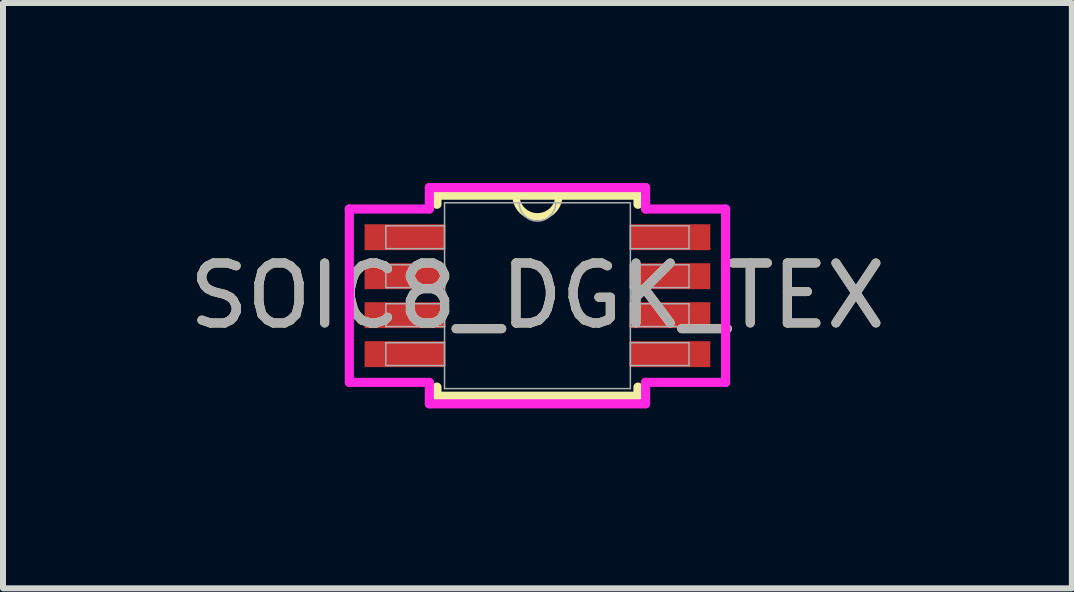
<source format=kicad_pcb>
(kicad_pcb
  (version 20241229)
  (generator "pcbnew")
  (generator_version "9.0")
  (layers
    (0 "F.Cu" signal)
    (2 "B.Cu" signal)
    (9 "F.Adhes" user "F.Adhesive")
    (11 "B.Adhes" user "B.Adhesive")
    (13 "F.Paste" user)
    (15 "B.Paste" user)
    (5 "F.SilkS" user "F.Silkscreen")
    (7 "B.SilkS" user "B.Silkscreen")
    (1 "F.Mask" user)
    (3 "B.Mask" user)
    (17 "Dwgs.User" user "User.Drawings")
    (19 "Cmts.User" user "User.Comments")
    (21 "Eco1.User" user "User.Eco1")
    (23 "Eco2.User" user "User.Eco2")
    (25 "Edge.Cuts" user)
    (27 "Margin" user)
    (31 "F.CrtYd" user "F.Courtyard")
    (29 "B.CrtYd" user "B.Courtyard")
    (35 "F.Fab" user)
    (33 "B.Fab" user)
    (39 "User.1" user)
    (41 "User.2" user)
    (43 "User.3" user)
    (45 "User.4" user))
  (footprint "SOIC8_DGK_TEX"
    (layer "F.Cu")
    (at 5.911 1.88)
    (property "Reference" "SOIC8_DGK_TEX" (at 0 0 0) (unlocked yes) (layer "F.SilkS") (effects (font (size 1 1) (thickness 0.15))))
    (attr smd)
    (fp_line (start -1.676 -1.676) (end -1.676 -1.524) (stroke (width 0.152) (type solid)) (layer "F.SilkS"))
    (fp_line (start -1.676 1.524) (end -1.676 1.676) (stroke (width 0.152) (type solid)) (layer "F.SilkS"))
    (fp_line (start -1.676 1.676) (end 1.676 1.676) (stroke (width 0.152) (type solid)) (layer "F.SilkS"))
    (fp_line (start 1.676 -1.676) (end -1.676 -1.676) (stroke (width 0.152) (type solid)) (layer "F.SilkS"))
    (fp_line (start 1.676 -1.524) (end 1.676 -1.676) (stroke (width 0.152) (type solid)) (layer "F.SilkS"))
    (fp_line (start 1.676 1.676) (end 1.676 1.524) (stroke (width 0.152) (type solid)) (layer "F.SilkS"))
    (fp_arc (start 0.359999 -1.68) (mid -0.005192 -1.31642) (end -0.359745 -1.69038) (stroke (width 0.12) (type default)) (layer "F.SilkS"))
    (fp_line (start -3.137 -1.445) (end -1.803 -1.445) (stroke (width 0.152) (type solid)) (layer "F.CrtYd"))
    (fp_line (start -3.137 1.445) (end -3.137 -1.445) (stroke (width 0.152) (type solid)) (layer "F.CrtYd"))
    (fp_line (start -3.137 1.445) (end -1.803 1.445) (stroke (width 0.152) (type solid)) (layer "F.CrtYd"))
    (fp_line (start -1.803 -1.803) (end 1.803 -1.803) (stroke (width 0.152) (type solid)) (layer "F.CrtYd"))
    (fp_line (start -1.803 -1.445) (end -1.803 -1.803) (stroke (width 0.152) (type solid)) (layer "F.CrtYd"))
    (fp_line (start -1.803 1.803) (end -1.803 1.445) (stroke (width 0.152) (type solid)) (layer "F.CrtYd"))
    (fp_line (start 1.803 -1.803) (end 1.803 -1.445) (stroke (width 0.152) (type solid)) (layer "F.CrtYd"))
    (fp_line (start 1.803 1.445) (end 1.803 1.803) (stroke (width 0.152) (type solid)) (layer "F.CrtYd"))
    (fp_line (start 1.803 1.803) (end -1.803 1.803) (stroke (width 0.152) (type solid)) (layer "F.CrtYd"))
    (fp_line (start 3.137 -1.445) (end 1.803 -1.445) (stroke (width 0.152) (type solid)) (layer "F.CrtYd"))
    (fp_line (start 3.137 -1.445) (end 3.137 1.445) (stroke (width 0.152) (type solid)) (layer "F.CrtYd"))
    (fp_line (start 3.137 1.445) (end 1.803 1.445) (stroke (width 0.152) (type solid)) (layer "F.CrtYd"))
    (fp_line (start -2.527 -1.165) (end -2.527 -0.784) (stroke (width 0.025) (type solid)) (layer "F.Fab"))
    (fp_line (start -2.527 -0.784) (end -1.549 -0.784) (stroke (width 0.025) (type solid)) (layer "F.Fab"))
    (fp_line (start -2.527 -0.515) (end -2.527 -0.134) (stroke (width 0.025) (type solid)) (layer "F.Fab"))
    (fp_line (start -2.527 -0.134) (end -1.549 -0.134) (stroke (width 0.025) (type solid)) (layer "F.Fab"))
    (fp_line (start -2.527 0.134) (end -2.527 0.515) (stroke (width 0.025) (type solid)) (layer "F.Fab"))
    (fp_line (start -2.527 0.515) (end -1.549 0.515) (stroke (width 0.025) (type solid)) (layer "F.Fab"))
    (fp_line (start -2.527 0.784) (end -2.527 1.165) (stroke (width 0.025) (type solid)) (layer "F.Fab"))
    (fp_line (start -2.527 1.165) (end -1.549 1.165) (stroke (width 0.025) (type solid)) (layer "F.Fab"))
    (fp_line (start -1.549 -1.549) (end -1.549 1.549) (stroke (width 0.025) (type solid)) (layer "F.Fab"))
    (fp_line (start -1.549 -1.165) (end -2.527 -1.165) (stroke (width 0.025) (type solid)) (layer "F.Fab"))
    (fp_line (start -1.549 -0.784) (end -1.549 -1.165) (stroke (width 0.025) (type solid)) (layer "F.Fab"))
    (fp_line (start -1.549 -0.515) (end -2.527 -0.515) (stroke (width 0.025) (type solid)) (layer "F.Fab"))
    (fp_line (start -1.549 -0.134) (end -1.549 -0.515) (stroke (width 0.025) (type solid)) (layer "F.Fab"))
    (fp_line (start -1.549 0.134) (end -2.527 0.134) (stroke (width 0.025) (type solid)) (layer "F.Fab"))
    (fp_line (start -1.549 0.515) (end -1.549 0.134) (stroke (width 0.025) (type solid)) (layer "F.Fab"))
    (fp_line (start -1.549 0.784) (end -2.527 0.784) (stroke (width 0.025) (type solid)) (layer "F.Fab"))
    (fp_line (start -1.549 1.165) (end -1.549 0.784) (stroke (width 0.025) (type solid)) (layer "F.Fab"))
    (fp_line (start -1.549 1.549) (end 1.549 1.549) (stroke (width 0.025) (type solid)) (layer "F.Fab"))
    (fp_line (start 1.549 -1.549) (end -1.549 -1.549) (stroke (width 0.025) (type solid)) (layer "F.Fab"))
    (fp_line (start 1.549 -1.165) (end 1.549 -0.784) (stroke (width 0.025) (type solid)) (layer "F.Fab"))
    (fp_line (start 1.549 -0.784) (end 2.527 -0.784) (stroke (width 0.025) (type solid)) (layer "F.Fab"))
    (fp_line (start 1.549 -0.515) (end 1.549 -0.134) (stroke (width 0.025) (type solid)) (layer "F.Fab"))
    (fp_line (start 1.549 -0.134) (end 2.527 -0.134) (stroke (width 0.025) (type solid)) (layer "F.Fab"))
    (fp_line (start 1.549 0.134) (end 1.549 0.515) (stroke (width 0.025) (type solid)) (layer "F.Fab"))
    (fp_line (start 1.549 0.515) (end 2.527 0.515) (stroke (width 0.025) (type solid)) (layer "F.Fab"))
    (fp_line (start 1.549 0.784) (end 1.549 1.165) (stroke (width 0.025) (type solid)) (layer "F.Fab"))
    (fp_line (start 1.549 1.165) (end 2.527 1.165) (stroke (width 0.025) (type solid)) (layer "F.Fab"))
    (fp_line (start 1.549 1.549) (end 1.549 -1.549) (stroke (width 0.025) (type solid)) (layer "F.Fab"))
    (fp_line (start 2.527 -1.165) (end 1.549 -1.165) (stroke (width 0.025) (type solid)) (layer "F.Fab"))
    (fp_line (start 2.527 -0.784) (end 2.527 -1.165) (stroke (width 0.025) (type solid)) (layer "F.Fab"))
    (fp_line (start 2.527 -0.515) (end 1.549 -0.515) (stroke (width 0.025) (type solid)) (layer "F.Fab"))
    (fp_line (start 2.527 -0.134) (end 2.527 -0.515) (stroke (width 0.025) (type solid)) (layer "F.Fab"))
    (fp_line (start 2.527 0.134) (end 1.549 0.134) (stroke (width 0.025) (type solid)) (layer "F.Fab"))
    (fp_line (start 2.527 0.515) (end 2.527 0.134) (stroke (width 0.025) (type solid)) (layer "F.Fab"))
    (fp_line (start 2.527 0.784) (end 1.549 0.784) (stroke (width 0.025) (type solid)) (layer "F.Fab"))
    (fp_line (start 2.527 1.165) (end 2.527 0.784) (stroke (width 0.025) (type solid)) (layer "F.Fab"))
    (fp_arc (start 0.3048 -1.5494) (mid 0 -1.2446) (end -0.3048 -1.5494) (stroke (width 0.0254) (type solid)) (layer "F.Fab"))
    (fp_text user "${REFERENCE}" (at 0 0 0) (unlocked yes) (layer "F.Fab") (effects (font (size 1 1) (thickness 0.15))))
    (pad "1" smd rect (at -2.216 -0.975) (size 1.333 0.432) (layers "F.Cu" "F.Mask" "F.Paste"))
    (pad "2" smd rect (at -2.216 -0.325) (size 1.333 0.432) (layers "F.Cu" "F.Mask" "F.Paste"))
    (pad "3" smd rect (at -2.216 0.325) (size 1.333 0.432) (layers "F.Cu" "F.Mask" "F.Paste"))
    (pad "4" smd rect (at -2.216 0.975) (size 1.333 0.432) (layers "F.Cu" "F.Mask" "F.Paste"))
    (pad "5" smd rect (at 2.216 0.975) (size 1.333 0.432) (layers "F.Cu" "F.Mask" "F.Paste"))
    (pad "6" smd rect (at 2.216 0.325) (size 1.333 0.432) (layers "F.Cu" "F.Mask" "F.Paste"))
    (pad "7" smd rect (at 2.216 -0.325) (size 1.333 0.432) (layers "F.Cu" "F.Mask" "F.Paste"))
    (pad "8" smd rect (at 2.216 -0.975) (size 1.333 0.432) (layers "F.Cu" "F.Mask" "F.Paste")))
  (gr_rect
    (start -3 -3)
    (end 14.821 6.759)
    (stroke (width 0.1) (type default))
    (fill no)
    (layer "Edge.Cuts")))
</source>
